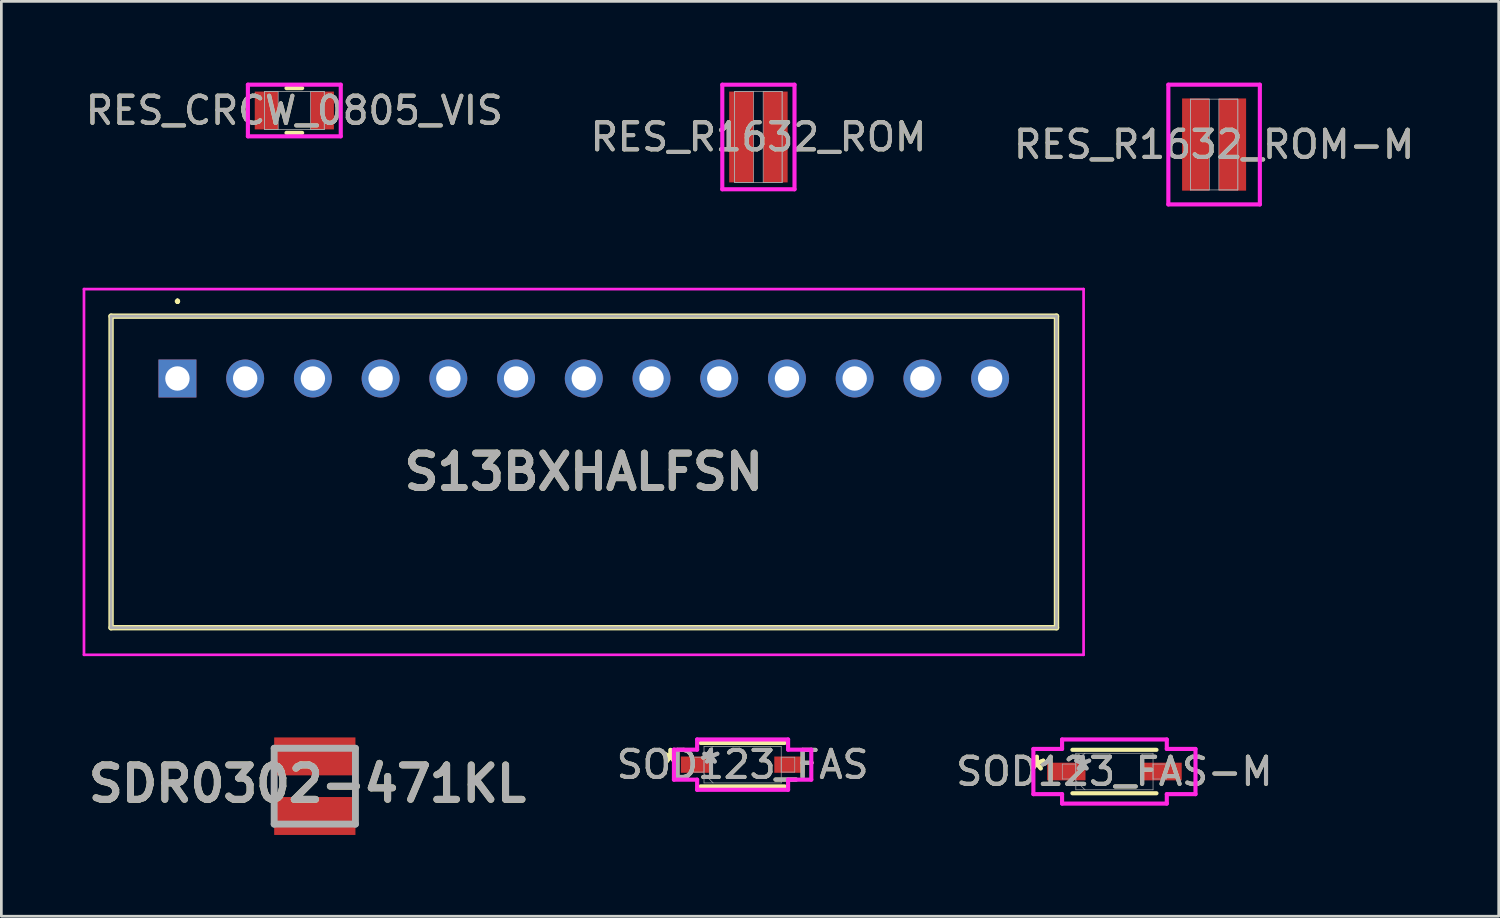
<source format=kicad_pcb>
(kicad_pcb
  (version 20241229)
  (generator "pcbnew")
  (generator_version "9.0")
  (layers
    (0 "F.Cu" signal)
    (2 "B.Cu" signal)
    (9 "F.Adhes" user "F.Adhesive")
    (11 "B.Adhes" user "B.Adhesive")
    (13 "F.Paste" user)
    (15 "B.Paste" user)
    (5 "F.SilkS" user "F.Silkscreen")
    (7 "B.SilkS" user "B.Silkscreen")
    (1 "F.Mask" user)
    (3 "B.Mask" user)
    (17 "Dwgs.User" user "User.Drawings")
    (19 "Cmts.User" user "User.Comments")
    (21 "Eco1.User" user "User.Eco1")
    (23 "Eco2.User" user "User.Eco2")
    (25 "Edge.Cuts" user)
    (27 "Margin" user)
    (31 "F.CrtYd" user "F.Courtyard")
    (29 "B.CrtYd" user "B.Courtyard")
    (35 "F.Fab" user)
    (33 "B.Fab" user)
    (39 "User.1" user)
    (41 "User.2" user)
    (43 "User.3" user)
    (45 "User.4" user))
  (footprint "SDR0302-471KL"
    (layer "F.Cu")
    (at 8.571 25.972)
    (property "Reference" "SDR0302-471KL" (at -0.274 -0.089 0) (layer "F.SilkS") (effects (font (size 1.27 1.27) (thickness 0.254))))
    (attr smd)
    (fp_line (start -1.5 -1.4) (end 1.5 -1.4) (stroke (width 0.254) (type solid)) (layer "F.Fab"))
    (fp_line (start -1.5 1.4) (end -1.5 -1.4) (stroke (width 0.254) (type solid)) (layer "F.Fab"))
    (fp_line (start 1.5 -1.4) (end 1.5 1.4) (stroke (width 0.254) (type solid)) (layer "F.Fab"))
    (fp_line (start 1.5 1.4) (end -1.5 1.4) (stroke (width 0.254) (type solid)) (layer "F.Fab"))
    (fp_text user "${REFERENCE}" (at -0.274 -0.089 0) (layer "F.Fab") (effects (font (size 1.27 1.27) (thickness 0.254))))
    (pad "1" smd rect (at 0 -1.1 90) (size 1.4 3) (layers "F.Cu" "F.Mask" "F.Paste"))
    (pad "2" smd rect (at 0 1.1 90) (size 1.4 3) (layers "F.Cu" "F.Mask" "F.Paste")))
  (footprint "RES_R1632_ROM"
    (layer "F.Cu")
    (at 24.946 2.007)
    (property "Reference" "RES_R1632_ROM" (at 0 0 0) (unlocked yes) (layer "F.SilkS") (effects (font (size 1 1) (thickness 0.15))))
    (attr smd)
    (fp_line (start -1.333 -1.93) (end 1.333 -1.93) (stroke (width 0.152) (type solid)) (layer "F.CrtYd"))
    (fp_line (start -1.333 1.93) (end -1.333 -1.93) (stroke (width 0.152) (type solid)) (layer "F.CrtYd"))
    (fp_line (start 1.333 -1.93) (end 1.333 1.93) (stroke (width 0.152) (type solid)) (layer "F.CrtYd"))
    (fp_line (start 1.333 1.93) (end -1.333 1.93) (stroke (width 0.152) (type solid)) (layer "F.CrtYd"))
    (fp_line (start -0.876 -1.676) (end -0.876 1.676) (stroke (width 0.025) (type solid)) (layer "F.Fab"))
    (fp_line (start -0.876 -1.676) (end -0.876 1.676) (stroke (width 0.025) (type solid)) (layer "F.Fab"))
    (fp_line (start -0.876 1.676) (end -0.176 1.676) (stroke (width 0.025) (type solid)) (layer "F.Fab"))
    (fp_line (start -0.876 1.676) (end 0.876 1.676) (stroke (width 0.025) (type solid)) (layer "F.Fab"))
    (fp_line (start -0.176 -1.676) (end -0.876 -1.676) (stroke (width 0.025) (type solid)) (layer "F.Fab"))
    (fp_line (start -0.176 1.676) (end -0.176 -1.676) (stroke (width 0.025) (type solid)) (layer "F.Fab"))
    (fp_line (start 0.176 -1.676) (end 0.176 1.676) (stroke (width 0.025) (type solid)) (layer "F.Fab"))
    (fp_line (start 0.176 1.676) (end 0.876 1.676) (stroke (width 0.025) (type solid)) (layer "F.Fab"))
    (fp_line (start 0.876 -1.676) (end -0.876 -1.676) (stroke (width 0.025) (type solid)) (layer "F.Fab"))
    (fp_line (start 0.876 -1.676) (end 0.176 -1.676) (stroke (width 0.025) (type solid)) (layer "F.Fab"))
    (fp_line (start 0.876 1.676) (end 0.876 -1.676) (stroke (width 0.025) (type solid)) (layer "F.Fab"))
    (fp_line (start 0.876 1.676) (end 0.876 -1.676) (stroke (width 0.025) (type solid)) (layer "F.Fab"))
    (fp_text user "${REFERENCE}" (at 0 0 0) (unlocked yes) (layer "F.Fab") (effects (font (size 1 1) (thickness 0.15))))
    (pad "1" smd rect (at -0.628 0) (size 0.903 3.353) (layers "F.Cu" "F.Mask" "F.Paste"))
    (pad "2" smd rect (at 0.628 0) (size 0.903 3.353) (layers "F.Cu" "F.Mask" "F.Paste"))
    (zone (net_name "") (layer "F.Cu") (hatch full 0.508) (connect_pads) (min_thickness 0.254) (filled_areas_thickness no) (keepout (tracks not_allowed) (vias not_allowed) (pads allowed) (copperpour not_allowed) (footprints allowed)) (placement (enabled no)) (fill) (polygon (pts (xy 24.821 0.381) (xy 25.072 0.381) (xy 25.072 3.632) (xy 24.821 3.632)))))
  (footprint "RES_CRCW_0805_VIS"
    (layer "F.Cu")
    (at 7.815 1.029)
    (property "Reference" "RES_CRCW_0805_VIS" (at 0 0 0) (unlocked yes) (layer "F.SilkS") (effects (font (size 1 1) (thickness 0.15))))
    (attr smd)
    (fp_line (start -0.289 0.826) (end 0.289 0.826) (stroke (width 0.152) (type solid)) (layer "F.SilkS"))
    (fp_line (start 0.289 -0.826) (end -0.289 -0.826) (stroke (width 0.152) (type solid)) (layer "F.SilkS"))
    (fp_line (start -1.714 -0.953) (end 1.714 -0.953) (stroke (width 0.152) (type solid)) (layer "F.CrtYd"))
    (fp_line (start -1.714 0.953) (end -1.714 -0.953) (stroke (width 0.152) (type solid)) (layer "F.CrtYd"))
    (fp_line (start 1.714 -0.953) (end 1.714 0.953) (stroke (width 0.152) (type solid)) (layer "F.CrtYd"))
    (fp_line (start 1.714 0.953) (end -1.714 0.953) (stroke (width 0.152) (type solid)) (layer "F.CrtYd"))
    (fp_line (start -1.105 -0.699) (end -1.105 0.699) (stroke (width 0.025) (type solid)) (layer "F.Fab"))
    (fp_line (start -1.105 -0.699) (end -1.105 0.699) (stroke (width 0.025) (type solid)) (layer "F.Fab"))
    (fp_line (start -1.105 0.699) (end -0.597 0.699) (stroke (width 0.025) (type solid)) (layer "F.Fab"))
    (fp_line (start -1.105 0.699) (end 1.105 0.699) (stroke (width 0.025) (type solid)) (layer "F.Fab"))
    (fp_line (start -0.597 -0.699) (end -1.105 -0.699) (stroke (width 0.025) (type solid)) (layer "F.Fab"))
    (fp_line (start -0.597 0.699) (end -0.597 -0.699) (stroke (width 0.025) (type solid)) (layer "F.Fab"))
    (fp_line (start 0.597 -0.699) (end 0.597 0.699) (stroke (width 0.025) (type solid)) (layer "F.Fab"))
    (fp_line (start 0.597 0.699) (end 1.105 0.699) (stroke (width 0.025) (type solid)) (layer "F.Fab"))
    (fp_line (start 1.105 -0.699) (end -1.105 -0.699) (stroke (width 0.025) (type solid)) (layer "F.Fab"))
    (fp_line (start 1.105 -0.699) (end 0.597 -0.699) (stroke (width 0.025) (type solid)) (layer "F.Fab"))
    (fp_line (start 1.105 0.699) (end 1.105 -0.699) (stroke (width 0.025) (type solid)) (layer "F.Fab"))
    (fp_line (start 1.105 0.699) (end 1.105 -0.699) (stroke (width 0.025) (type solid)) (layer "F.Fab"))
    (fp_text user "${REFERENCE}" (at 0 0 0) (unlocked yes) (layer "F.Fab") (effects (font (size 1 1) (thickness 0.15))))
    (pad "1" smd rect (at -1.029 0) (size 0.864 1.397) (layers "F.Cu" "F.Mask" "F.Paste"))
    (pad "2" smd rect (at 1.029 0) (size 0.864 1.397) (layers "F.Cu" "F.Mask" "F.Paste"))
    (zone (net_name "") (layer "F.Cu") (hatch full 0.508) (connect_pads) (min_thickness 0.254) (filled_areas_thickness no) (keepout (tracks not_allowed) (vias not_allowed) (pads allowed) (copperpour not_allowed) (footprints allowed)) (placement (enabled no)) (fill) (polygon (pts (xy 7.269 0.381) (xy 8.362 0.381) (xy 8.362 1.676) (xy 7.269 1.676)))))
  (footprint "SOD123_FAS"
    (layer "F.Cu")
    (at 24.363 25.177)
    (property "Reference" "SOD123_FAS" (at 0 0 0) (unlocked yes) (layer "F.SilkS") (effects (font (size 1 1) (thickness 0.15))))
    (attr smd)
    (fp_line (start -1.552 0.802) (end 1.552 0.802) (stroke (width 0.152) (type solid)) (layer "F.SilkS"))
    (fp_line (start 1.552 -0.802) (end -1.552 -0.802) (stroke (width 0.152) (type solid)) (layer "F.SilkS"))
    (fp_line (start -2.535 -0.554) (end -1.679 -0.554) (stroke (width 0.152) (type solid)) (layer "F.CrtYd"))
    (fp_line (start -2.535 0.554) (end -2.535 -0.554) (stroke (width 0.152) (type solid)) (layer "F.CrtYd"))
    (fp_line (start -1.679 -0.929) (end 1.679 -0.929) (stroke (width 0.152) (type solid)) (layer "F.CrtYd"))
    (fp_line (start -1.679 -0.554) (end -1.679 -0.929) (stroke (width 0.152) (type solid)) (layer "F.CrtYd"))
    (fp_line (start -1.679 0.554) (end -2.535 0.554) (stroke (width 0.152) (type solid)) (layer "F.CrtYd"))
    (fp_line (start -1.679 0.929) (end -1.679 0.554) (stroke (width 0.152) (type solid)) (layer "F.CrtYd"))
    (fp_line (start 1.679 -0.929) (end 1.679 -0.554) (stroke (width 0.152) (type solid)) (layer "F.CrtYd"))
    (fp_line (start 1.679 -0.554) (end 2.535 -0.554) (stroke (width 0.152) (type solid)) (layer "F.CrtYd"))
    (fp_line (start 1.679 0.554) (end 1.679 0.929) (stroke (width 0.152) (type solid)) (layer "F.CrtYd"))
    (fp_line (start 1.679 0.929) (end -1.679 0.929) (stroke (width 0.152) (type solid)) (layer "F.CrtYd"))
    (fp_line (start 2.535 -0.554) (end 2.535 0.554) (stroke (width 0.152) (type solid)) (layer "F.CrtYd"))
    (fp_line (start 2.535 0.554) (end 1.679 0.554) (stroke (width 0.152) (type solid)) (layer "F.CrtYd"))
    (fp_line (start -1.925 -0.275) (end -1.925 0.275) (stroke (width 0.025) (type solid)) (layer "F.Fab"))
    (fp_line (start -1.925 0.275) (end -1.425 0.275) (stroke (width 0.025) (type solid)) (layer "F.Fab"))
    (fp_line (start -1.425 -0.675) (end -1.425 0.675) (stroke (width 0.025) (type solid)) (layer "F.Fab"))
    (fp_line (start -1.425 -0.338) (end -1.087 -0.675) (stroke (width 0.025) (type solid)) (layer "F.Fab"))
    (fp_line (start -1.425 -0.275) (end -1.925 -0.275) (stroke (width 0.025) (type solid)) (layer "F.Fab"))
    (fp_line (start -1.425 0.275) (end -1.425 -0.275) (stroke (width 0.025) (type solid)) (layer "F.Fab"))
    (fp_line (start -1.425 0.338) (end -1.087 0.675) (stroke (width 0.025) (type solid)) (layer "F.Fab"))
    (fp_line (start -1.425 0.675) (end 1.425 0.675) (stroke (width 0.025) (type solid)) (layer "F.Fab"))
    (fp_line (start 1.425 -0.675) (end -1.425 -0.675) (stroke (width 0.025) (type solid)) (layer "F.Fab"))
    (fp_line (start 1.425 -0.275) (end 1.425 0.275) (stroke (width 0.025) (type solid)) (layer "F.Fab"))
    (fp_line (start 1.425 0.275) (end 1.925 0.275) (stroke (width 0.025) (type solid)) (layer "F.Fab"))
    (fp_line (start 1.425 0.675) (end 1.425 -0.675) (stroke (width 0.025) (type solid)) (layer "F.Fab"))
    (fp_line (start 1.925 -0.275) (end 1.425 -0.275) (stroke (width 0.025) (type solid)) (layer "F.Fab"))
    (fp_line (start 1.925 0.275) (end 1.925 -0.275) (stroke (width 0.025) (type solid)) (layer "F.Fab"))
    (fp_text user "*" (at -2.662 0 0) (unlocked yes) (layer "F.SilkS") (effects (font (size 1 1) (thickness 0.15))))
    (fp_text user "*" (at -2.662 0 0) (layer "F.SilkS") (effects (font (size 1 1) (thickness 0.15))))
    (fp_text user "*" (at -1.171 0 0) (unlocked yes) (layer "F.Fab") (effects (font (size 1 1) (thickness 0.15))))
    (fp_text user "${REFERENCE}" (at 0 0 0) (unlocked yes) (layer "F.Fab") (effects (font (size 1 1) (thickness 0.15))))
    (fp_text user "*" (at -1.171 0 0) (layer "F.Fab") (effects (font (size 1 1) (thickness 0.15))))
    (pad "1" smd rect (at -1.725 0) (size 1.111 0.601) (layers "F.Cu" "F.Mask" "F.Paste"))
    (pad "2" smd rect (at 1.725 0) (size 1.111 0.601) (layers "F.Cu" "F.Mask" "F.Paste")))
  (footprint "S13BXHALFSN"
    (layer "F.Cu")
    (at 3.5 10.922)
    (property "Reference" "S13BXHALFSN" (at 15 3.45 0) (layer "F.SilkS") (effects (font (size 1.27 1.27) (thickness 0.254))))
    (attr through_hole)
    (fp_line (start -2.45 -2.3) (end 32.45 -2.3) (stroke (width 0.2) (type solid)) (layer "F.SilkS"))
    (fp_line (start -2.45 9.2) (end -2.45 -2.3) (stroke (width 0.2) (type solid)) (layer "F.SilkS"))
    (fp_line (start 0 -2.9) (end 0 -2.9) (stroke (width 0.1) (type solid)) (layer "F.SilkS"))
    (fp_line (start 0 -2.8) (end 0 -2.8) (stroke (width 0.1) (type solid)) (layer "F.SilkS"))
    (fp_line (start 0 -2.8) (end 0 -2.8) (stroke (width 0.1) (type solid)) (layer "F.SilkS"))
    (fp_line (start 32.45 -2.3) (end 32.45 9.2) (stroke (width 0.2) (type solid)) (layer "F.SilkS"))
    (fp_line (start 32.45 9.2) (end -2.45 9.2) (stroke (width 0.2) (type solid)) (layer "F.SilkS"))
    (fp_arc (start 0 -2.9) (mid 0.05 -2.85) (end 0 -2.8) (stroke (width 0.1) (type solid)) (layer "F.SilkS"))
    (fp_arc (start 0 -2.9) (mid 0.05 -2.85) (end 0 -2.8) (stroke (width 0.1) (type solid)) (layer "F.SilkS"))
    (fp_arc (start 0 -2.8) (mid -0.05 -2.85) (end 0 -2.9) (stroke (width 0.1) (type solid)) (layer "F.SilkS"))
    (fp_line (start -3.45 -3.3) (end 33.45 -3.3) (stroke (width 0.1) (type solid)) (layer "F.CrtYd"))
    (fp_line (start -3.45 10.2) (end -3.45 -3.3) (stroke (width 0.1) (type solid)) (layer "F.CrtYd"))
    (fp_line (start 33.45 -3.3) (end 33.45 10.2) (stroke (width 0.1) (type solid)) (layer "F.CrtYd"))
    (fp_line (start 33.45 10.2) (end -3.45 10.2) (stroke (width 0.1) (type solid)) (layer "F.CrtYd"))
    (fp_line (start -2.45 -2.3) (end -2.45 9.2) (stroke (width 0.1) (type solid)) (layer "F.Fab"))
    (fp_line (start -2.45 9.2) (end 32.45 9.2) (stroke (width 0.1) (type solid)) (layer "F.Fab"))
    (fp_line (start 32.45 -2.3) (end -2.45 -2.3) (stroke (width 0.1) (type solid)) (layer "F.Fab"))
    (fp_line (start 32.45 9.2) (end 32.45 -2.3) (stroke (width 0.1) (type solid)) (layer "F.Fab"))
    (fp_text user "${REFERENCE}" (at 15 3.45 0) (layer "F.Fab") (effects (font (size 1.27 1.27) (thickness 0.254))))
    (pad "1" thru_hole rect (at 0 0) (size 1.4 1.4) (drill 0.9) (layers "*.Cu" "*.Mask"))
    (pad "2" thru_hole circle (at 2.5 0) (size 1.4 1.4) (drill 0.9) (layers "*.Cu" "*.Mask"))
    (pad "3" thru_hole circle (at 5 0) (size 1.4 1.4) (drill 0.9) (layers "*.Cu" "*.Mask"))
    (pad "4" thru_hole circle (at 7.5 0) (size 1.4 1.4) (drill 0.9) (layers "*.Cu" "*.Mask"))
    (pad "5" thru_hole circle (at 10 0) (size 1.4 1.4) (drill 0.9) (layers "*.Cu" "*.Mask"))
    (pad "6" thru_hole circle (at 12.5 0) (size 1.4 1.4) (drill 0.9) (layers "*.Cu" "*.Mask"))
    (pad "7" thru_hole circle (at 15 0) (size 1.4 1.4) (drill 0.9) (layers "*.Cu" "*.Mask"))
    (pad "8" thru_hole circle (at 17.5 0) (size 1.4 1.4) (drill 0.9) (layers "*.Cu" "*.Mask"))
    (pad "9" thru_hole circle (at 20 0) (size 1.4 1.4) (drill 0.9) (layers "*.Cu" "*.Mask"))
    (pad "10" thru_hole circle (at 22.5 0) (size 1.4 1.4) (drill 0.9) (layers "*.Cu" "*.Mask"))
    (pad "11" thru_hole circle (at 25 0) (size 1.4 1.4) (drill 0.9) (layers "*.Cu" "*.Mask"))
    (pad "12" thru_hole circle (at 27.5 0) (size 1.4 1.4) (drill 0.9) (layers "*.Cu" "*.Mask"))
    (pad "13" thru_hole circle (at 30 0) (size 1.4 1.4) (drill 0.9) (layers "*.Cu" "*.Mask")))
  (footprint "RES_R1632_ROM-M"
    (layer "F.Cu")
    (at 41.768 2.286)
    (property "Reference" "RES_R1632_ROM-M" (at 0 0 0) (unlocked yes) (layer "F.SilkS") (effects (font (size 1 1) (thickness 0.15))))
    (attr smd)
    (fp_line (start -1.689 -2.21) (end 1.689 -2.21) (stroke (width 0.152) (type solid)) (layer "F.CrtYd"))
    (fp_line (start -1.689 2.21) (end -1.689 -2.21) (stroke (width 0.152) (type solid)) (layer "F.CrtYd"))
    (fp_line (start 1.689 -2.21) (end 1.689 2.21) (stroke (width 0.152) (type solid)) (layer "F.CrtYd"))
    (fp_line (start 1.689 2.21) (end -1.689 2.21) (stroke (width 0.152) (type solid)) (layer "F.CrtYd"))
    (fp_line (start -0.876 -1.676) (end -0.876 1.676) (stroke (width 0.025) (type solid)) (layer "F.Fab"))
    (fp_line (start -0.876 -1.676) (end -0.876 1.676) (stroke (width 0.025) (type solid)) (layer "F.Fab"))
    (fp_line (start -0.876 1.676) (end -0.176 1.676) (stroke (width 0.025) (type solid)) (layer "F.Fab"))
    (fp_line (start -0.876 1.676) (end 0.876 1.676) (stroke (width 0.025) (type solid)) (layer "F.Fab"))
    (fp_line (start -0.176 -1.676) (end -0.876 -1.676) (stroke (width 0.025) (type solid)) (layer "F.Fab"))
    (fp_line (start -0.176 1.676) (end -0.176 -1.676) (stroke (width 0.025) (type solid)) (layer "F.Fab"))
    (fp_line (start 0.176 -1.676) (end 0.176 1.676) (stroke (width 0.025) (type solid)) (layer "F.Fab"))
    (fp_line (start 0.176 1.676) (end 0.876 1.676) (stroke (width 0.025) (type solid)) (layer "F.Fab"))
    (fp_line (start 0.876 -1.676) (end -0.876 -1.676) (stroke (width 0.025) (type solid)) (layer "F.Fab"))
    (fp_line (start 0.876 -1.676) (end 0.176 -1.676) (stroke (width 0.025) (type solid)) (layer "F.Fab"))
    (fp_line (start 0.876 1.676) (end 0.876 -1.676) (stroke (width 0.025) (type solid)) (layer "F.Fab"))
    (fp_line (start 0.876 1.676) (end 0.876 -1.676) (stroke (width 0.025) (type solid)) (layer "F.Fab"))
    (fp_text user "${REFERENCE}" (at 0 0 0) (unlocked yes) (layer "F.Fab") (effects (font (size 1 1) (thickness 0.15))))
    (pad "1" smd rect (at -0.679 0) (size 1.005 3.404) (layers "F.Cu" "F.Mask" "F.Paste"))
    (pad "2" smd rect (at 0.679 0) (size 1.005 3.404) (layers "F.Cu" "F.Mask" "F.Paste"))
    (zone (net_name "") (layer "F.Cu") (hatch full 0.508) (connect_pads) (min_thickness 0.254) (filled_areas_thickness no) (keepout (tracks not_allowed) (vias not_allowed) (pads allowed) (copperpour not_allowed) (footprints allowed)) (placement (enabled no)) (fill) (polygon (pts (xy 41.642 0.66) (xy 41.893 0.66) (xy 41.893 3.912) (xy 41.642 3.912)))))
  (footprint "SOD123_FAS-M"
    (layer "F.Cu")
    (at 38.089 25.431)
    (property "Reference" "SOD123_FAS-M" (at 0 0 0) (unlocked yes) (layer "F.SilkS") (effects (font (size 1 1) (thickness 0.15))))
    (attr smd)
    (fp_line (start -1.552 0.802) (end 1.552 0.802) (stroke (width 0.152) (type solid)) (layer "F.SilkS"))
    (fp_line (start 1.552 -0.802) (end -1.552 -0.802) (stroke (width 0.152) (type solid)) (layer "F.SilkS"))
    (fp_line (start -2.992 -0.834) (end -1.933 -0.834) (stroke (width 0.152) (type solid)) (layer "F.CrtYd"))
    (fp_line (start -2.992 0.834) (end -2.992 -0.834) (stroke (width 0.152) (type solid)) (layer "F.CrtYd"))
    (fp_line (start -1.933 -1.183) (end 1.933 -1.183) (stroke (width 0.152) (type solid)) (layer "F.CrtYd"))
    (fp_line (start -1.933 -0.834) (end -1.933 -1.183) (stroke (width 0.152) (type solid)) (layer "F.CrtYd"))
    (fp_line (start -1.933 0.834) (end -2.992 0.834) (stroke (width 0.152) (type solid)) (layer "F.CrtYd"))
    (fp_line (start -1.933 1.183) (end -1.933 0.834) (stroke (width 0.152) (type solid)) (layer "F.CrtYd"))
    (fp_line (start 1.933 -1.183) (end 1.933 -0.834) (stroke (width 0.152) (type solid)) (layer "F.CrtYd"))
    (fp_line (start 1.933 -0.834) (end 2.992 -0.834) (stroke (width 0.152) (type solid)) (layer "F.CrtYd"))
    (fp_line (start 1.933 0.834) (end 1.933 1.183) (stroke (width 0.152) (type solid)) (layer "F.CrtYd"))
    (fp_line (start 1.933 1.183) (end -1.933 1.183) (stroke (width 0.152) (type solid)) (layer "F.CrtYd"))
    (fp_line (start 2.992 -0.834) (end 2.992 0.834) (stroke (width 0.152) (type solid)) (layer "F.CrtYd"))
    (fp_line (start 2.992 0.834) (end 1.933 0.834) (stroke (width 0.152) (type solid)) (layer "F.CrtYd"))
    (fp_line (start -1.925 -0.275) (end -1.925 0.275) (stroke (width 0.025) (type solid)) (layer "F.Fab"))
    (fp_line (start -1.925 0.275) (end -1.425 0.275) (stroke (width 0.025) (type solid)) (layer "F.Fab"))
    (fp_line (start -1.425 -0.675) (end -1.425 0.675) (stroke (width 0.025) (type solid)) (layer "F.Fab"))
    (fp_line (start -1.425 -0.338) (end -1.087 -0.675) (stroke (width 0.025) (type solid)) (layer "F.Fab"))
    (fp_line (start -1.425 -0.275) (end -1.925 -0.275) (stroke (width 0.025) (type solid)) (layer "F.Fab"))
    (fp_line (start -1.425 0.275) (end -1.425 -0.275) (stroke (width 0.025) (type solid)) (layer "F.Fab"))
    (fp_line (start -1.425 0.338) (end -1.087 0.675) (stroke (width 0.025) (type solid)) (layer "F.Fab"))
    (fp_line (start -1.425 0.675) (end 1.425 0.675) (stroke (width 0.025) (type solid)) (layer "F.Fab"))
    (fp_line (start 1.425 -0.675) (end -1.425 -0.675) (stroke (width 0.025) (type solid)) (layer "F.Fab"))
    (fp_line (start 1.425 -0.275) (end 1.425 0.275) (stroke (width 0.025) (type solid)) (layer "F.Fab"))
    (fp_line (start 1.425 0.275) (end 1.925 0.275) (stroke (width 0.025) (type solid)) (layer "F.Fab"))
    (fp_line (start 1.425 0.675) (end 1.425 -0.675) (stroke (width 0.025) (type solid)) (layer "F.Fab"))
    (fp_line (start 1.925 -0.275) (end 1.425 -0.275) (stroke (width 0.025) (type solid)) (layer "F.Fab"))
    (fp_line (start 1.925 0.275) (end 1.925 -0.275) (stroke (width 0.025) (type solid)) (layer "F.Fab"))
    (fp_text user "*" (at -2.865 0 0) (unlocked yes) (layer "F.SilkS") (effects (font (size 1 1) (thickness 0.15))))
    (fp_text user "*" (at -2.865 0 0) (layer "F.SilkS") (effects (font (size 1 1) (thickness 0.15))))
    (fp_text user "${REFERENCE}" (at 0 0 0) (unlocked yes) (layer "F.Fab") (effects (font (size 1 1) (thickness 0.15))))
    (fp_text user "*" (at -1.171 0 0) (layer "F.Fab") (effects (font (size 1 1) (thickness 0.15))))
    (fp_text user "*" (at -1.171 0 0) (unlocked yes) (layer "F.Fab") (effects (font (size 1 1) (thickness 0.15))))
    (pad "1" smd rect (at -1.776 0) (size 1.416 0.652) (layers "F.Cu" "F.Mask" "F.Paste"))
    (pad "2" smd rect (at 1.776 0) (size 1.416 0.652) (layers "F.Cu" "F.Mask" "F.Paste")))
  (gr_rect
    (start -3 -3)
    (end 52.274 30.772)
    (stroke (width 0.1) (type default))
    (fill no)
    (layer "Edge.Cuts")))
</source>
